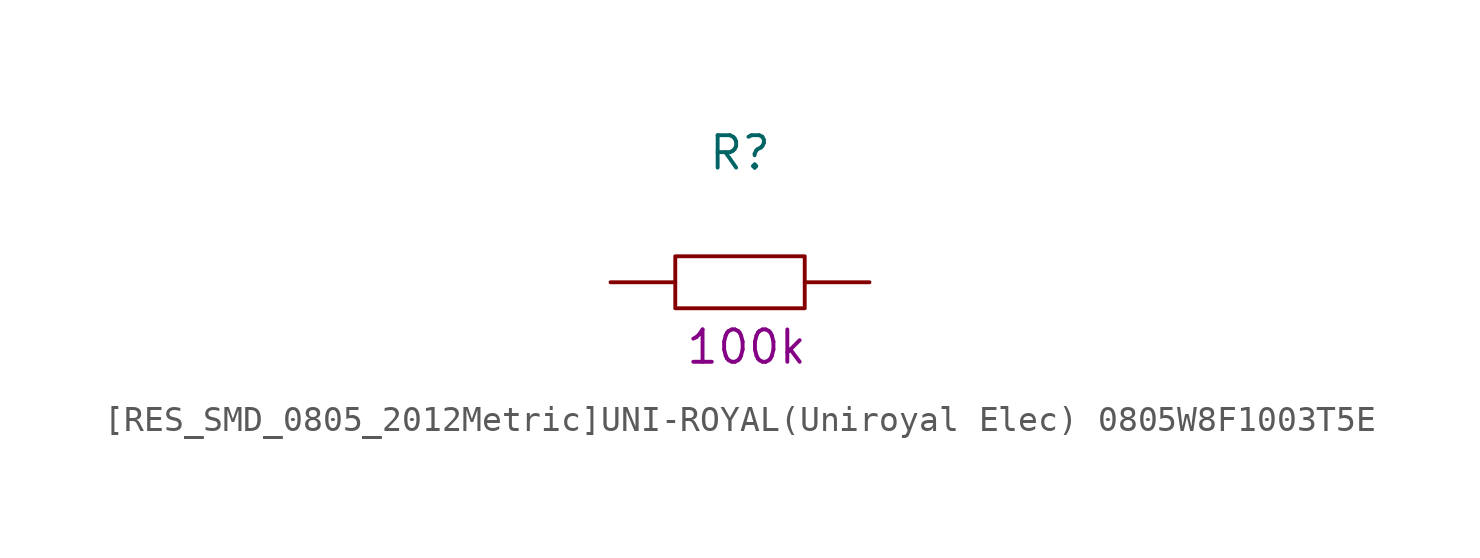
<source format=kicad_sym>
(kicad_symbol_lib
  (version 20231120)
  (generator "kicad_symbol_editor")
  (generator_version "8.0")
  (symbol "[RES_SMD_0805_2012Metric]UNI-ROYAL(Uniroyal Elec) 0805W8F1003T5E"
    (pin_numbers hide)
    (property "Reference" "R"
      (at 0 5.08 0)
      (effects (font (size 1.27 1.27))))
    (property "Nvalue" "100k"
      (at 0.254 -2.54 0)
      (effects (font (size 1.27 1.27))))
    (symbol "[RES_SMD_0805_2012Metric]UNI-ROYAL(Uniroyal Elec) 0805W8F1003T5E_1_1"
      (rectangle (start -2.54 1.02) (end 2.54 -1.02) (stroke (width 0) (type default)) (fill (type none)))
      (pin passive line (at -5.08 0 0) (length 2.54) (name "~" (effects (font (size 1.27 1.27)))) (number "1" (effects (font (size 1.27 1.27)))))
      (pin passive line (at 5.08 0 180) (length 2.54) (name "~" (effects (font (size 1.27 1.27)))) (number "2" (effects (font (size 1.27 1.27))))))))
</source>
